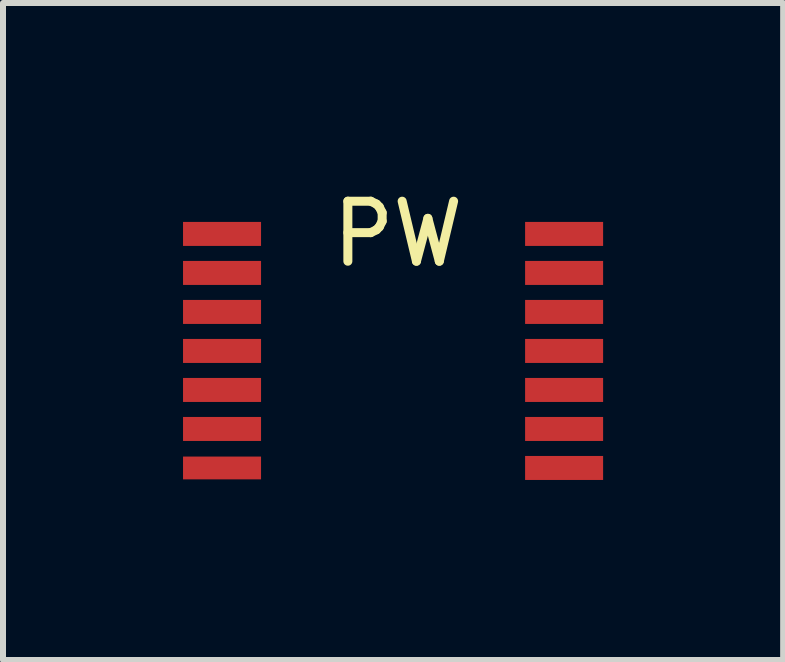
<source format=kicad_pcb>
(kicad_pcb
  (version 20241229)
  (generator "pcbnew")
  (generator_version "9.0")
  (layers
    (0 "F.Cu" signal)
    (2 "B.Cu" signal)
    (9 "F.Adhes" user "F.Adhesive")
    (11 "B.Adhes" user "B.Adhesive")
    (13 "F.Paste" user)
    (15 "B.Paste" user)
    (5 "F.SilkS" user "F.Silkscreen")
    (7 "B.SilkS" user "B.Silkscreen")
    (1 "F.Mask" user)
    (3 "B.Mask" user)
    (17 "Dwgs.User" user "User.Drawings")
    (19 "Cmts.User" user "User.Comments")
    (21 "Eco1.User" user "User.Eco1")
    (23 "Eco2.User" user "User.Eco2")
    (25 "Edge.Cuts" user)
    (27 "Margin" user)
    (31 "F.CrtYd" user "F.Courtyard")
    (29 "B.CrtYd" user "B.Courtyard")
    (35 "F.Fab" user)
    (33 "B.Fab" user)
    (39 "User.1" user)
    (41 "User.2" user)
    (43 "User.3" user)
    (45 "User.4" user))
  (footprint "PW"
    (layer "F.Cu")
    (at 0.65 0.848)
    (property "Reference" "PW" (at 2.93 0 0) (layer "F.SilkS") (effects (font (size 1 1) (thickness 0.15))))
    (attr through_hole)
    (pad "1" smd rect (at 0 0) (size 1.3 0.4) (layers "F.Cu" "F.Mask" "F.Paste"))
    (pad "2" smd rect (at 0 0.65) (size 1.3 0.4) (layers "F.Cu" "F.Mask" "F.Paste"))
    (pad "3" smd rect (at 0 1.3) (size 1.3 0.4) (layers "F.Cu" "F.Mask" "F.Paste"))
    (pad "4" smd rect (at 0 1.95) (size 1.3 0.4) (layers "F.Cu" "F.Mask" "F.Paste"))
    (pad "5" smd rect (at 0 2.6) (size 1.3 0.4) (layers "F.Cu" "F.Mask" "F.Paste"))
    (pad "6" smd rect (at 0 3.25) (size 1.3 0.4) (layers "F.Cu" "F.Mask" "F.Paste"))
    (pad "7" smd rect (at 0 3.9) (size 1.3 0.38) (layers "F.Cu" "F.Mask" "F.Paste"))
    (pad "8" smd rect (at 5.7 3.9) (size 1.3 0.4) (layers "F.Cu" "F.Mask" "F.Paste"))
    (pad "9" smd rect (at 5.7 3.25) (size 1.3 0.4) (layers "F.Cu" "F.Mask" "F.Paste"))
    (pad "10" smd rect (at 5.7 2.6) (size 1.3 0.4) (layers "F.Cu" "F.Mask" "F.Paste"))
    (pad "11" smd rect (at 5.7 1.95) (size 1.3 0.4) (layers "F.Cu" "F.Mask" "F.Paste"))
    (pad "12" smd rect (at 5.7 1.3) (size 1.3 0.4) (layers "F.Cu" "F.Mask" "F.Paste"))
    (pad "13" smd rect (at 5.7 0.65) (size 1.3 0.4) (layers "F.Cu" "F.Mask" "F.Paste"))
    (pad "14" smd rect (at 5.7 0) (size 1.3 0.4) (layers "F.Cu" "F.Mask" "F.Paste")))
  (gr_rect
    (start -3 -3)
    (end 10 7.948)
    (stroke (width 0.1) (type default))
    (fill no)
    (layer "Edge.Cuts")))
</source>
